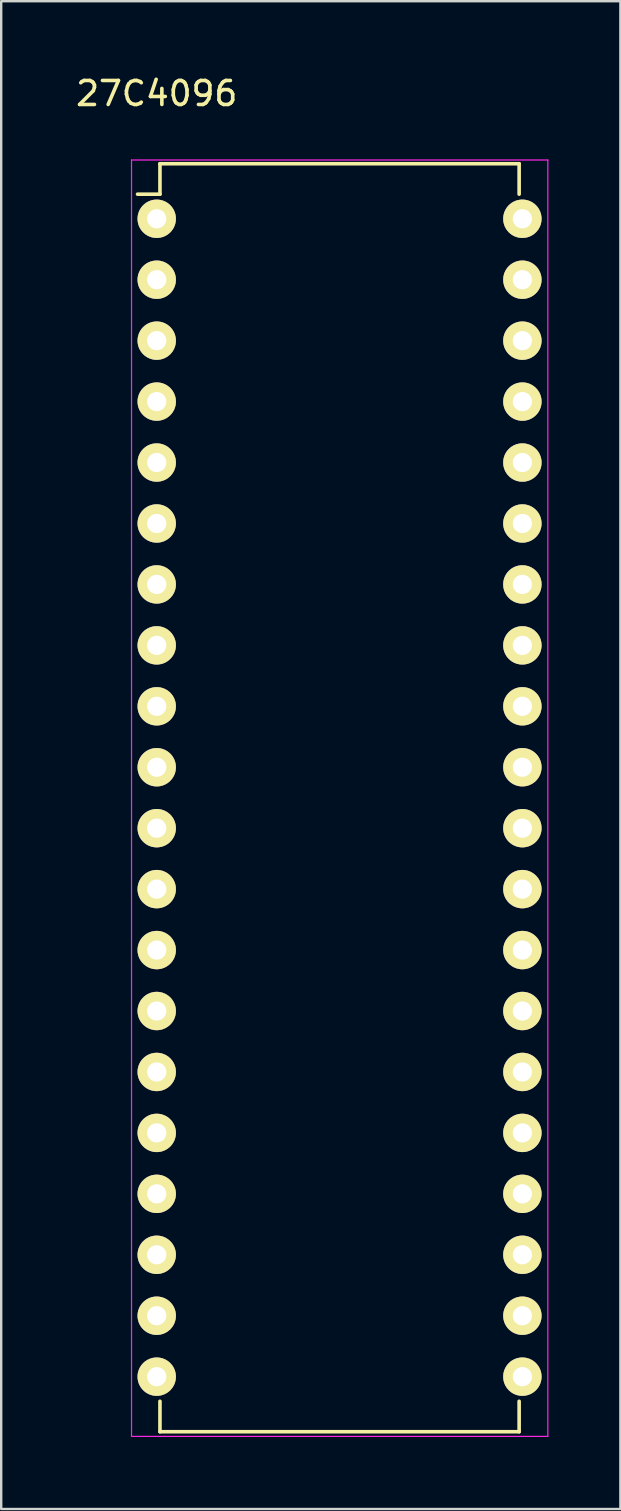
<source format=kicad_pcb>
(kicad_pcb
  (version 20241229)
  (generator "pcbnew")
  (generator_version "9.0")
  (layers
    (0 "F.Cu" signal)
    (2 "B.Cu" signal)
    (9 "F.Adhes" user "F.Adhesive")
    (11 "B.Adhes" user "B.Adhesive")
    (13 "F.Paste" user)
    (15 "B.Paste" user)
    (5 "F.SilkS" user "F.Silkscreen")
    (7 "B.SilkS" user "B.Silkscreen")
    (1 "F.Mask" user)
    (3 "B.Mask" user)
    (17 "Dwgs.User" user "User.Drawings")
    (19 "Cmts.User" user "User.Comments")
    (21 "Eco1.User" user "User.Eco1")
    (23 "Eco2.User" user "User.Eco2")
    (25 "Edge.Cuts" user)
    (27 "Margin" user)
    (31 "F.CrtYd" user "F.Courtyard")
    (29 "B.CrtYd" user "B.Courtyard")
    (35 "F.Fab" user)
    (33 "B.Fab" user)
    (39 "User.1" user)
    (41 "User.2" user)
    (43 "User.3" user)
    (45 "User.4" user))
  (footprint "27C4096"
    (layer "F.Cu")
    (at 3.482 6.068)
    (property "Reference" "27C4096" (at 0 -5.22 0) (layer "F.SilkS") (effects (font (size 1 1) (thickness 0.15))))
    (attr through_hole)
    (fp_line (start 0.135 -2.295) (end 0.135 -1.025) (stroke (width 0.15) (type solid)) (layer "F.SilkS"))
    (fp_line (start 0.135 -2.295) (end 15.105 -2.295) (stroke (width 0.15) (type solid)) (layer "F.SilkS"))
    (fp_line (start 0.135 -1.025) (end -0.8 -1.025) (stroke (width 0.15) (type solid)) (layer "F.SilkS"))
    (fp_line (start 0.135 50.555) (end 0.135 49.285) (stroke (width 0.15) (type solid)) (layer "F.SilkS"))
    (fp_line (start 0.135 50.555) (end 15.105 50.555) (stroke (width 0.15) (type solid)) (layer "F.SilkS"))
    (fp_line (start 15.105 -2.295) (end 15.105 -1.025) (stroke (width 0.15) (type solid)) (layer "F.SilkS"))
    (fp_line (start 15.105 50.555) (end 15.105 49.285) (stroke (width 0.15) (type solid)) (layer "F.SilkS"))
    (fp_line (start -1.05 -2.45) (end -1.05 50.75) (stroke (width 0.05) (type solid)) (layer "F.CrtYd"))
    (fp_line (start -1.05 -2.45) (end 16.3 -2.45) (stroke (width 0.05) (type solid)) (layer "F.CrtYd"))
    (fp_line (start -1.05 50.75) (end 16.3 50.75) (stroke (width 0.05) (type solid)) (layer "F.CrtYd"))
    (fp_line (start 16.3 -2.45) (end 16.3 50.75) (stroke (width 0.05) (type solid)) (layer "F.CrtYd"))
    (pad "1" thru_hole oval (at 0 0) (size 1.6 1.6) (drill 0.8) (layers "*.Cu" "*.Mask" "F.SilkS"))
    (pad "2" thru_hole oval (at 0 2.54) (size 1.6 1.6) (drill 0.8) (layers "*.Cu" "*.Mask" "F.SilkS"))
    (pad "3" thru_hole oval (at 0 5.08) (size 1.6 1.6) (drill 0.8) (layers "*.Cu" "*.Mask" "F.SilkS"))
    (pad "4" thru_hole oval (at 0 7.62) (size 1.6 1.6) (drill 0.8) (layers "*.Cu" "*.Mask" "F.SilkS"))
    (pad "5" thru_hole oval (at 0 10.16) (size 1.6 1.6) (drill 0.8) (layers "*.Cu" "*.Mask" "F.SilkS"))
    (pad "6" thru_hole oval (at 0 12.7) (size 1.6 1.6) (drill 0.8) (layers "*.Cu" "*.Mask" "F.SilkS"))
    (pad "7" thru_hole oval (at 0 15.24) (size 1.6 1.6) (drill 0.8) (layers "*.Cu" "*.Mask" "F.SilkS"))
    (pad "8" thru_hole oval (at 0 17.78) (size 1.6 1.6) (drill 0.8) (layers "*.Cu" "*.Mask" "F.SilkS"))
    (pad "9" thru_hole oval (at 0 20.32) (size 1.6 1.6) (drill 0.8) (layers "*.Cu" "*.Mask" "F.SilkS"))
    (pad "10" thru_hole oval (at 0 22.86) (size 1.6 1.6) (drill 0.8) (layers "*.Cu" "*.Mask" "F.SilkS"))
    (pad "11" thru_hole oval (at 0 25.4) (size 1.6 1.6) (drill 0.8) (layers "*.Cu" "*.Mask" "F.SilkS"))
    (pad "12" thru_hole oval (at 0 27.94) (size 1.6 1.6) (drill 0.8) (layers "*.Cu" "*.Mask" "F.SilkS"))
    (pad "13" thru_hole oval (at 0 30.48) (size 1.6 1.6) (drill 0.8) (layers "*.Cu" "*.Mask" "F.SilkS"))
    (pad "14" thru_hole oval (at 0 33.02) (size 1.6 1.6) (drill 0.8) (layers "*.Cu" "*.Mask" "F.SilkS"))
    (pad "15" thru_hole oval (at 0 35.56) (size 1.6 1.6) (drill 0.8) (layers "*.Cu" "*.Mask" "F.SilkS"))
    (pad "16" thru_hole oval (at 0 38.1) (size 1.6 1.6) (drill 0.8) (layers "*.Cu" "*.Mask" "F.SilkS"))
    (pad "17" thru_hole oval (at 0 40.64) (size 1.6 1.6) (drill 0.8) (layers "*.Cu" "*.Mask" "F.SilkS"))
    (pad "18" thru_hole oval (at 0 43.18) (size 1.6 1.6) (drill 0.8) (layers "*.Cu" "*.Mask" "F.SilkS"))
    (pad "19" thru_hole oval (at 0 45.72) (size 1.6 1.6) (drill 0.8) (layers "*.Cu" "*.Mask" "F.SilkS"))
    (pad "20" thru_hole oval (at 0 48.26) (size 1.6 1.6) (drill 0.8) (layers "*.Cu" "*.Mask" "F.SilkS"))
    (pad "21" thru_hole oval (at 15.24 48.26) (size 1.6 1.6) (drill 0.8) (layers "*.Cu" "*.Mask" "F.SilkS"))
    (pad "22" thru_hole oval (at 15.24 45.72) (size 1.6 1.6) (drill 0.8) (layers "*.Cu" "*.Mask" "F.SilkS"))
    (pad "23" thru_hole oval (at 15.24 43.18) (size 1.6 1.6) (drill 0.8) (layers "*.Cu" "*.Mask" "F.SilkS"))
    (pad "24" thru_hole oval (at 15.24 40.64) (size 1.6 1.6) (drill 0.8) (layers "*.Cu" "*.Mask" "F.SilkS"))
    (pad "25" thru_hole oval (at 15.24 38.1) (size 1.6 1.6) (drill 0.8) (layers "*.Cu" "*.Mask" "F.SilkS"))
    (pad "26" thru_hole oval (at 15.24 35.56) (size 1.6 1.6) (drill 0.8) (layers "*.Cu" "*.Mask" "F.SilkS"))
    (pad "27" thru_hole oval (at 15.24 33.02) (size 1.6 1.6) (drill 0.8) (layers "*.Cu" "*.Mask" "F.SilkS"))
    (pad "28" thru_hole oval (at 15.24 30.48) (size 1.6 1.6) (drill 0.8) (layers "*.Cu" "*.Mask" "F.SilkS"))
    (pad "29" thru_hole oval (at 15.24 27.94) (size 1.6 1.6) (drill 0.8) (layers "*.Cu" "*.Mask" "F.SilkS"))
    (pad "30" thru_hole oval (at 15.24 25.4) (size 1.6 1.6) (drill 0.8) (layers "*.Cu" "*.Mask" "F.SilkS"))
    (pad "31" thru_hole oval (at 15.24 22.86) (size 1.6 1.6) (drill 0.8) (layers "*.Cu" "*.Mask" "F.SilkS"))
    (pad "32" thru_hole oval (at 15.24 20.32) (size 1.6 1.6) (drill 0.8) (layers "*.Cu" "*.Mask" "F.SilkS"))
    (pad "33" thru_hole oval (at 15.24 17.78) (size 1.6 1.6) (drill 0.8) (layers "*.Cu" "*.Mask" "F.SilkS"))
    (pad "34" thru_hole oval (at 15.24 15.24) (size 1.6 1.6) (drill 0.8) (layers "*.Cu" "*.Mask" "F.SilkS"))
    (pad "35" thru_hole oval (at 15.24 12.7) (size 1.6 1.6) (drill 0.8) (layers "*.Cu" "*.Mask" "F.SilkS"))
    (pad "36" thru_hole oval (at 15.24 10.16) (size 1.6 1.6) (drill 0.8) (layers "*.Cu" "*.Mask" "F.SilkS"))
    (pad "37" thru_hole oval (at 15.24 7.62) (size 1.6 1.6) (drill 0.8) (layers "*.Cu" "*.Mask" "F.SilkS"))
    (pad "38" thru_hole oval (at 15.24 5.08) (size 1.6 1.6) (drill 0.8) (layers "*.Cu" "*.Mask" "F.SilkS"))
    (pad "39" thru_hole oval (at 15.24 2.54) (size 1.6 1.6) (drill 0.8) (layers "*.Cu" "*.Mask" "F.SilkS"))
    (pad "40" thru_hole oval (at 15.24 0) (size 1.6 1.6) (drill 0.8) (layers "*.Cu" "*.Mask" "F.SilkS")))
  (gr_rect
    (start -3 -3)
    (end 22.807 59.843)
    (stroke (width 0.1) (type default))
    (fill no)
    (layer "Edge.Cuts")))
</source>
